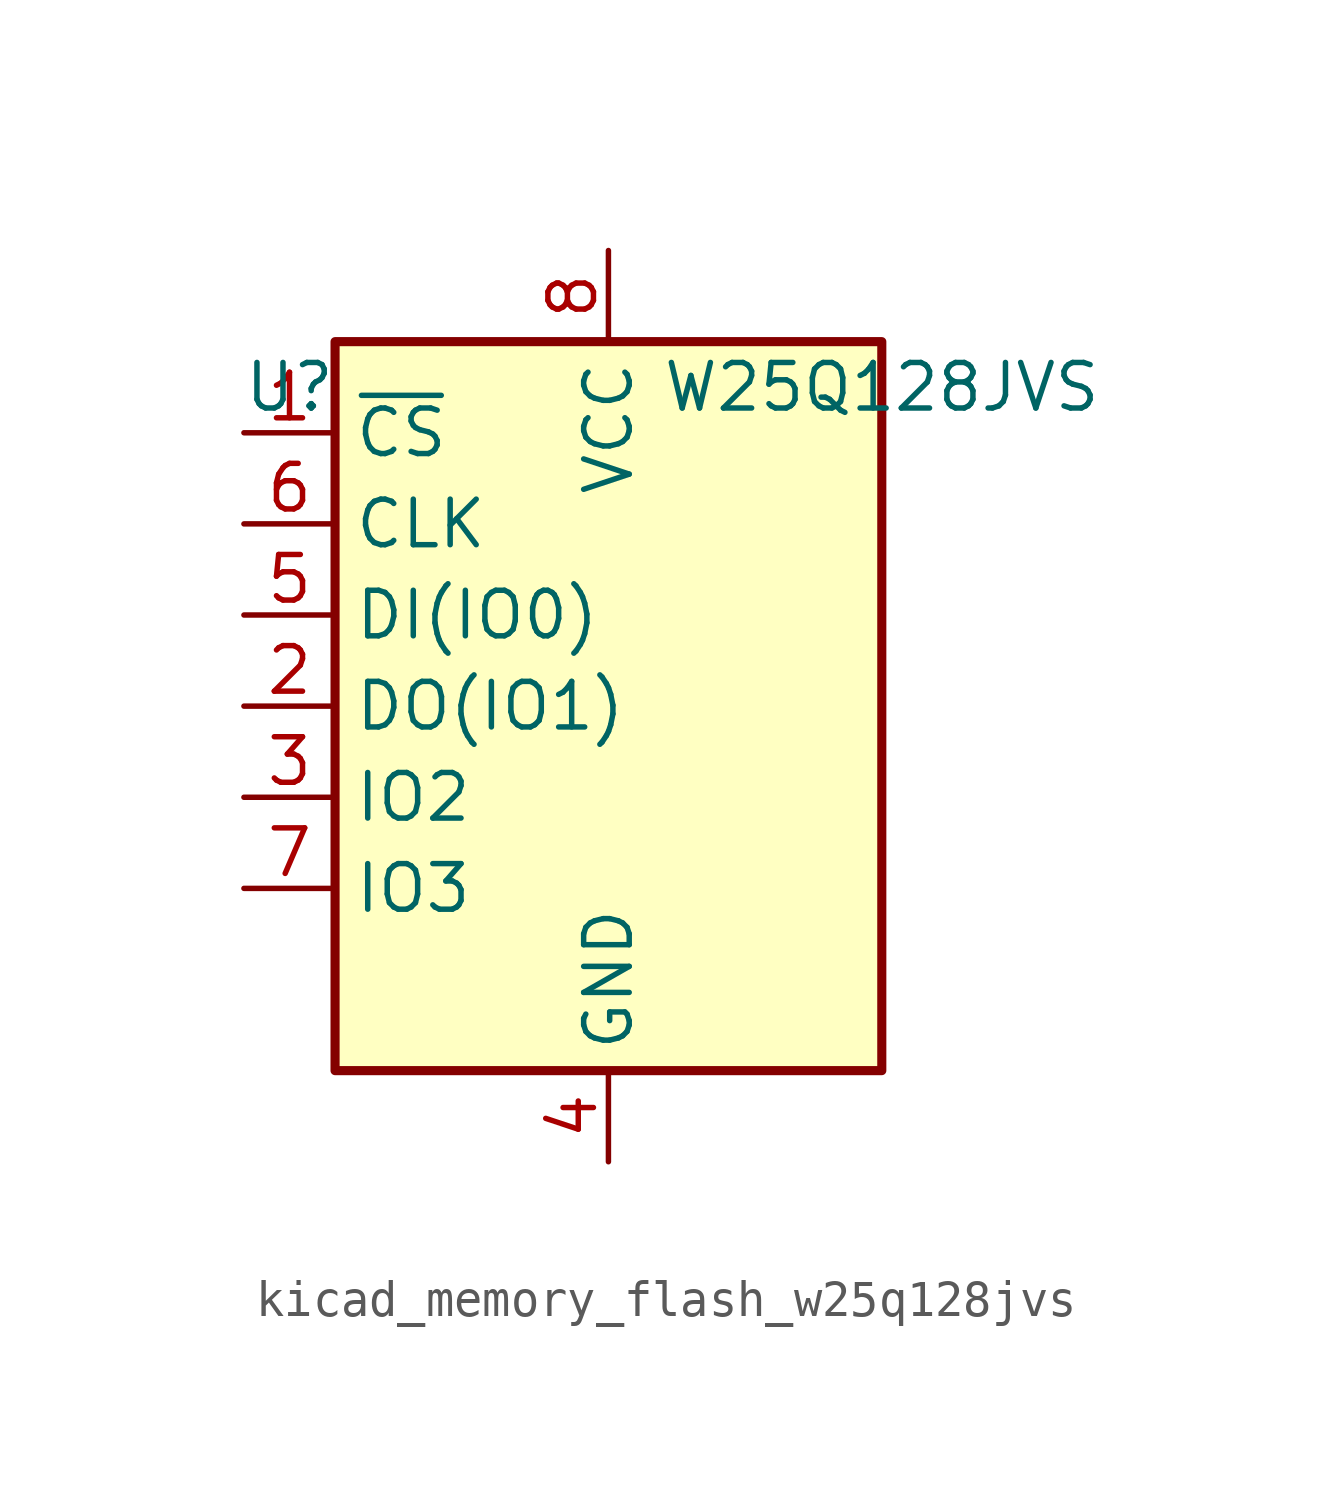
<source format=kicad_sym>
(kicad_symbol_lib
  (version 20220914)
  (generator kicad_symbol_editor)
  (symbol "kicad_memory_flash_w25q128jvs"
    (property "Reference" "U"
      (at -8.89 8.89 0)
      (effects (font (size 1.27 1.27))))
    (property "Value" "W25Q128JVS"
      (at 7.62 8.89 0)
      (effects (font (size 1.27 1.27))))
    (symbol "kicad_memory_flash_w25q128jvs_0_1"
      (rectangle (start -7.62 10.16) (end 7.62 -10.16) (stroke (width 0.254) (type default)) (fill (type background))))
    (symbol "kicad_memory_flash_w25q128jvs_1_1"
      (pin input line (at -10.16 7.62 0) (length 2.54) (name "~{CS}" (effects (font (size 1.27 1.27)))) (number "1" (effects (font (size 1.27 1.27)))))
      (pin bidirectional line (at -10.16 0 0) (length 2.54) (name "DO(IO1)" (effects (font (size 1.27 1.27)))) (number "2" (effects (font (size 1.27 1.27)))))
      (pin bidirectional line (at -10.16 -2.54 0) (length 2.54) (name "IO2" (effects (font (size 1.27 1.27)))) (number "3" (effects (font (size 1.27 1.27)))))
      (pin power_in line (at 0 -12.7 90) (length 2.54) (name "GND" (effects (font (size 1.27 1.27)))) (number "4" (effects (font (size 1.27 1.27)))))
      (pin bidirectional line (at -10.16 2.54 0) (length 2.54) (name "DI(IO0)" (effects (font (size 1.27 1.27)))) (number "5" (effects (font (size 1.27 1.27)))))
      (pin input line (at -10.16 5.08 0) (length 2.54) (name "CLK" (effects (font (size 1.27 1.27)))) (number "6" (effects (font (size 1.27 1.27)))))
      (pin bidirectional line (at -10.16 -5.08 0) (length 2.54) (name "IO3" (effects (font (size 1.27 1.27)))) (number "7" (effects (font (size 1.27 1.27)))))
      (pin power_in line (at 0 12.7 270) (length 2.54) (name "VCC" (effects (font (size 1.27 1.27)))) (number "8" (effects (font (size 1.27 1.27))))))))
</source>
